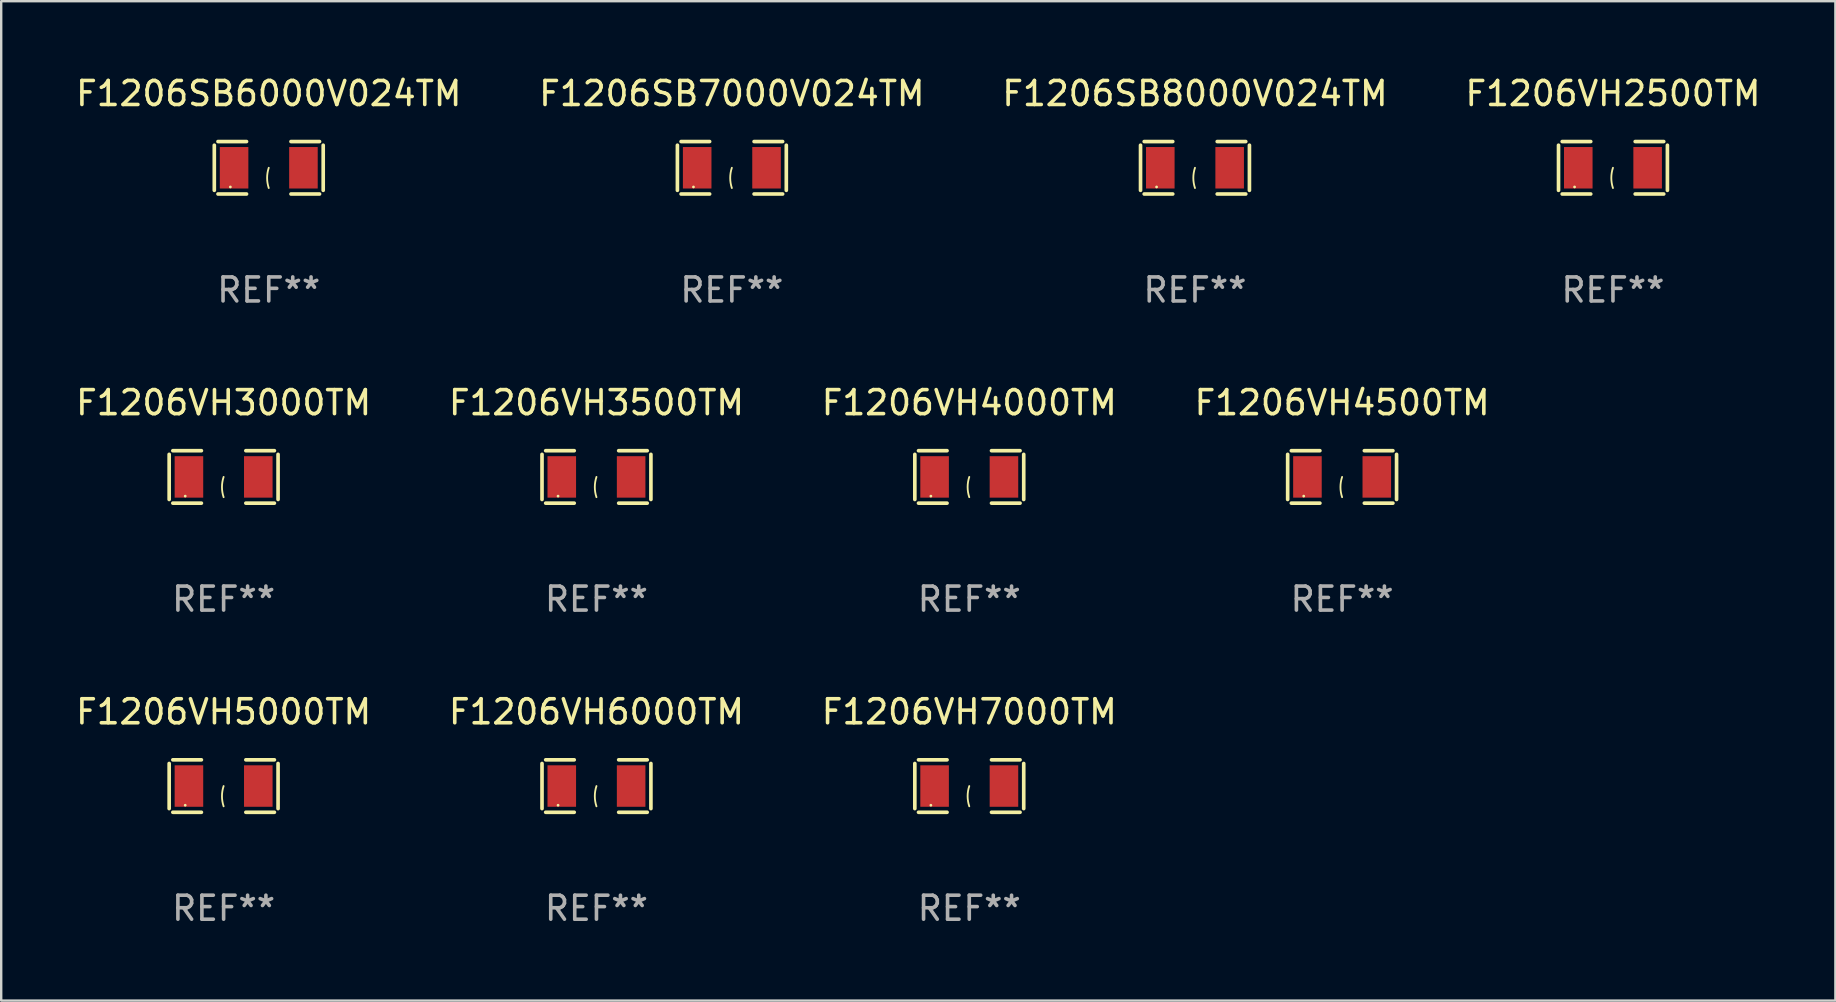
<source format=kicad_pcb>
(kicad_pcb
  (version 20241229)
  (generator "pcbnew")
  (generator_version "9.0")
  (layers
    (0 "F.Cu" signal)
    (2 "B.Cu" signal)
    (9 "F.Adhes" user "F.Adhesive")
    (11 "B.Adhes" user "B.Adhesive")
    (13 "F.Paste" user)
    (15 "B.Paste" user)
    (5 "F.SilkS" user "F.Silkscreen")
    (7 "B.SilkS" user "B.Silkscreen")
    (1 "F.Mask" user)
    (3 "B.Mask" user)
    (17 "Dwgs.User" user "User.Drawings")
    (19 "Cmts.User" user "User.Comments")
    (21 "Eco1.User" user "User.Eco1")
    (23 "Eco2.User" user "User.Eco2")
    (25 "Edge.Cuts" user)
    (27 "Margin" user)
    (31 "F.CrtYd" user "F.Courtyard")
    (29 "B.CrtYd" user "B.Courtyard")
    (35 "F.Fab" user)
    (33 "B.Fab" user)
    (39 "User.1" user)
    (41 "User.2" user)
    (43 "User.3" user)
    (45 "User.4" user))
  (footprint "F1206VH3500TM"
    (layer "F.Cu")
    (at 21.804 16.823)
    (property "Reference" "F1206VH3500TM" (at 0 -3.093 0) (layer "F.SilkS") (effects (font (size 1 1) (thickness 0.15))))
    (attr through_hole)
    (fp_line (start -2.269 -0.94) (end -2.269 0.94) (stroke (width 0.152) (type solid)) (layer "F.SilkS"))
    (fp_line (start -2.116 1.093) (end -0.926 1.093) (stroke (width 0.152) (type solid)) (layer "F.SilkS"))
    (fp_line (start -0.926 -1.093) (end -2.116 -1.093) (stroke (width 0.152) (type solid)) (layer "F.SilkS"))
    (fp_line (start 0.926 -1.093) (end 2.116 -1.093) (stroke (width 0.152) (type solid)) (layer "F.SilkS"))
    (fp_line (start 2.116 1.093) (end 0.926 1.093) (stroke (width 0.152) (type solid)) (layer "F.SilkS"))
    (fp_line (start 2.269 -0.94) (end 2.269 0.94) (stroke (width 0.152) (type solid)) (layer "F.SilkS"))
    (fp_arc (start 0 0.844951) (mid -0.068559 0.422475) (end 0 0) (stroke (width 0.0762) (type solid)) (layer "F.SilkS"))
    (fp_circle (center -1.6 0.8) (end -1.57 0.8) (stroke (width 0.06) (type solid)) (fill no) (layer "F.SilkS"))
    (fp_text user "REF**" (at 0 5.093 0) (layer "F.Fab") (effects (font (size 1 1) (thickness 0.15))))
    (pad "1" smd rect (at -1.445 0) (size 1.19 1.728) (layers "F.Cu" "F.Mask" "F.Paste"))
    (pad "2" smd rect (at 1.445 0) (size 1.19 1.728) (layers "F.Cu" "F.Mask" "F.Paste")))
  (footprint "F1206VH4000TM"
    (layer "F.Cu")
    (at 37.339 16.823)
    (property "Reference" "F1206VH4000TM" (at 0 -3.093 0) (layer "F.SilkS") (effects (font (size 1 1) (thickness 0.15))))
    (attr through_hole)
    (fp_line (start -2.269 -0.94) (end -2.269 0.94) (stroke (width 0.152) (type solid)) (layer "F.SilkS"))
    (fp_line (start -2.116 1.093) (end -0.926 1.093) (stroke (width 0.152) (type solid)) (layer "F.SilkS"))
    (fp_line (start -0.926 -1.093) (end -2.116 -1.093) (stroke (width 0.152) (type solid)) (layer "F.SilkS"))
    (fp_line (start 0.926 -1.093) (end 2.116 -1.093) (stroke (width 0.152) (type solid)) (layer "F.SilkS"))
    (fp_line (start 2.116 1.093) (end 0.926 1.093) (stroke (width 0.152) (type solid)) (layer "F.SilkS"))
    (fp_line (start 2.269 -0.94) (end 2.269 0.94) (stroke (width 0.152) (type solid)) (layer "F.SilkS"))
    (fp_arc (start 0 0.844951) (mid -0.068559 0.422475) (end 0 0) (stroke (width 0.0762) (type solid)) (layer "F.SilkS"))
    (fp_circle (center -1.6 0.8) (end -1.57 0.8) (stroke (width 0.06) (type solid)) (fill no) (layer "F.SilkS"))
    (fp_text user "REF**" (at 0 5.093 0) (layer "F.Fab") (effects (font (size 1 1) (thickness 0.15))))
    (pad "1" smd rect (at -1.445 0) (size 1.19 1.728) (layers "F.Cu" "F.Mask" "F.Paste"))
    (pad "2" smd rect (at 1.445 0) (size 1.19 1.728) (layers "F.Cu" "F.Mask" "F.Paste")))
  (footprint "F1206VH6000TM"
    (layer "F.Cu")
    (at 21.804 29.704)
    (property "Reference" "F1206VH6000TM" (at 0 -3.093 0) (layer "F.SilkS") (effects (font (size 1 1) (thickness 0.15))))
    (attr through_hole)
    (fp_line (start -2.269 -0.94) (end -2.269 0.94) (stroke (width 0.152) (type solid)) (layer "F.SilkS"))
    (fp_line (start -2.116 1.093) (end -0.926 1.093) (stroke (width 0.152) (type solid)) (layer "F.SilkS"))
    (fp_line (start -0.926 -1.093) (end -2.116 -1.093) (stroke (width 0.152) (type solid)) (layer "F.SilkS"))
    (fp_line (start 0.926 -1.093) (end 2.116 -1.093) (stroke (width 0.152) (type solid)) (layer "F.SilkS"))
    (fp_line (start 2.116 1.093) (end 0.926 1.093) (stroke (width 0.152) (type solid)) (layer "F.SilkS"))
    (fp_line (start 2.269 -0.94) (end 2.269 0.94) (stroke (width 0.152) (type solid)) (layer "F.SilkS"))
    (fp_arc (start 0 0.844951) (mid -0.068559 0.422475) (end 0 0) (stroke (width 0.0762) (type solid)) (layer "F.SilkS"))
    (fp_circle (center -1.6 0.8) (end -1.57 0.8) (stroke (width 0.06) (type solid)) (fill no) (layer "F.SilkS"))
    (fp_text user "REF**" (at 0 5.093 0) (layer "F.Fab") (effects (font (size 1 1) (thickness 0.15))))
    (pad "1" smd rect (at -1.445 0) (size 1.19 1.728) (layers "F.Cu" "F.Mask" "F.Paste"))
    (pad "2" smd rect (at 1.445 0) (size 1.19 1.728) (layers "F.Cu" "F.Mask" "F.Paste")))
  (footprint "F1206VH4500TM"
    (layer "F.Cu")
    (at 52.875 16.823)
    (property "Reference" "F1206VH4500TM" (at 0 -3.093 0) (layer "F.SilkS") (effects (font (size 1 1) (thickness 0.15))))
    (attr through_hole)
    (fp_line (start -2.269 -0.94) (end -2.269 0.94) (stroke (width 0.152) (type solid)) (layer "F.SilkS"))
    (fp_line (start -2.116 1.093) (end -0.926 1.093) (stroke (width 0.152) (type solid)) (layer "F.SilkS"))
    (fp_line (start -0.926 -1.093) (end -2.116 -1.093) (stroke (width 0.152) (type solid)) (layer "F.SilkS"))
    (fp_line (start 0.926 -1.093) (end 2.116 -1.093) (stroke (width 0.152) (type solid)) (layer "F.SilkS"))
    (fp_line (start 2.116 1.093) (end 0.926 1.093) (stroke (width 0.152) (type solid)) (layer "F.SilkS"))
    (fp_line (start 2.269 -0.94) (end 2.269 0.94) (stroke (width 0.152) (type solid)) (layer "F.SilkS"))
    (fp_arc (start 0 0.844951) (mid -0.068559 0.422475) (end 0 0) (stroke (width 0.0762) (type solid)) (layer "F.SilkS"))
    (fp_circle (center -1.6 0.8) (end -1.57 0.8) (stroke (width 0.06) (type solid)) (fill no) (layer "F.SilkS"))
    (fp_text user "REF**" (at 0 5.093 0) (layer "F.Fab") (effects (font (size 1 1) (thickness 0.15))))
    (pad "1" smd rect (at -1.445 0) (size 1.19 1.728) (layers "F.Cu" "F.Mask" "F.Paste"))
    (pad "2" smd rect (at 1.445 0) (size 1.19 1.728) (layers "F.Cu" "F.Mask" "F.Paste")))
  (footprint "F1206VH5000TM"
    (layer "F.Cu")
    (at 6.268 29.704)
    (property "Reference" "F1206VH5000TM" (at 0 -3.093 0) (layer "F.SilkS") (effects (font (size 1 1) (thickness 0.15))))
    (attr through_hole)
    (fp_line (start -2.269 -0.94) (end -2.269 0.94) (stroke (width 0.152) (type solid)) (layer "F.SilkS"))
    (fp_line (start -2.116 1.093) (end -0.926 1.093) (stroke (width 0.152) (type solid)) (layer "F.SilkS"))
    (fp_line (start -0.926 -1.093) (end -2.116 -1.093) (stroke (width 0.152) (type solid)) (layer "F.SilkS"))
    (fp_line (start 0.926 -1.093) (end 2.116 -1.093) (stroke (width 0.152) (type solid)) (layer "F.SilkS"))
    (fp_line (start 2.116 1.093) (end 0.926 1.093) (stroke (width 0.152) (type solid)) (layer "F.SilkS"))
    (fp_line (start 2.269 -0.94) (end 2.269 0.94) (stroke (width 0.152) (type solid)) (layer "F.SilkS"))
    (fp_arc (start 0 0.844951) (mid -0.068559 0.422475) (end 0 0) (stroke (width 0.0762) (type solid)) (layer "F.SilkS"))
    (fp_circle (center -1.6 0.8) (end -1.57 0.8) (stroke (width 0.06) (type solid)) (fill no) (layer "F.SilkS"))
    (fp_text user "REF**" (at 0 5.093 0) (layer "F.Fab") (effects (font (size 1 1) (thickness 0.15))))
    (pad "1" smd rect (at -1.445 0) (size 1.19 1.728) (layers "F.Cu" "F.Mask" "F.Paste"))
    (pad "2" smd rect (at 1.445 0) (size 1.19 1.728) (layers "F.Cu" "F.Mask" "F.Paste")))
  (footprint "F1206SB8000V024TM"
    (layer "F.Cu")
    (at 46.744 3.941)
    (property "Reference" "F1206SB8000V024TM" (at 0 -3.093 0) (layer "F.SilkS") (effects (font (size 1 1) (thickness 0.15))))
    (attr through_hole)
    (fp_line (start -2.269 -0.94) (end -2.269 0.94) (stroke (width 0.152) (type solid)) (layer "F.SilkS"))
    (fp_line (start -2.116 1.093) (end -0.926 1.093) (stroke (width 0.152) (type solid)) (layer "F.SilkS"))
    (fp_line (start -0.926 -1.093) (end -2.116 -1.093) (stroke (width 0.152) (type solid)) (layer "F.SilkS"))
    (fp_line (start 0.926 -1.093) (end 2.116 -1.093) (stroke (width 0.152) (type solid)) (layer "F.SilkS"))
    (fp_line (start 2.116 1.093) (end 0.926 1.093) (stroke (width 0.152) (type solid)) (layer "F.SilkS"))
    (fp_line (start 2.269 -0.94) (end 2.269 0.94) (stroke (width 0.152) (type solid)) (layer "F.SilkS"))
    (fp_arc (start 0 0.844951) (mid -0.068559 0.422475) (end 0 0) (stroke (width 0.0762) (type solid)) (layer "F.SilkS"))
    (fp_circle (center -1.6 0.8) (end -1.57 0.8) (stroke (width 0.06) (type solid)) (fill no) (layer "F.SilkS"))
    (fp_text user "REF**" (at 0 5.093 0) (layer "F.Fab") (effects (font (size 1 1) (thickness 0.15))))
    (pad "1" smd rect (at -1.445 0) (size 1.19 1.728) (layers "F.Cu" "F.Mask" "F.Paste"))
    (pad "2" smd rect (at 1.445 0) (size 1.19 1.728) (layers "F.Cu" "F.Mask" "F.Paste")))
  (footprint "F1206VH3000TM"
    (layer "F.Cu")
    (at 6.268 16.823)
    (property "Reference" "F1206VH3000TM" (at 0 -3.093 0) (layer "F.SilkS") (effects (font (size 1 1) (thickness 0.15))))
    (attr through_hole)
    (fp_line (start -2.269 -0.94) (end -2.269 0.94) (stroke (width 0.152) (type solid)) (layer "F.SilkS"))
    (fp_line (start -2.116 1.093) (end -0.926 1.093) (stroke (width 0.152) (type solid)) (layer "F.SilkS"))
    (fp_line (start -0.926 -1.093) (end -2.116 -1.093) (stroke (width 0.152) (type solid)) (layer "F.SilkS"))
    (fp_line (start 0.926 -1.093) (end 2.116 -1.093) (stroke (width 0.152) (type solid)) (layer "F.SilkS"))
    (fp_line (start 2.116 1.093) (end 0.926 1.093) (stroke (width 0.152) (type solid)) (layer "F.SilkS"))
    (fp_line (start 2.269 -0.94) (end 2.269 0.94) (stroke (width 0.152) (type solid)) (layer "F.SilkS"))
    (fp_arc (start 0 0.844951) (mid -0.068559 0.422475) (end 0 0) (stroke (width 0.0762) (type solid)) (layer "F.SilkS"))
    (fp_circle (center -1.6 0.8) (end -1.57 0.8) (stroke (width 0.06) (type solid)) (fill no) (layer "F.SilkS"))
    (fp_text user "REF**" (at 0 5.093 0) (layer "F.Fab") (effects (font (size 1 1) (thickness 0.15))))
    (pad "1" smd rect (at -1.445 0) (size 1.19 1.728) (layers "F.Cu" "F.Mask" "F.Paste"))
    (pad "2" smd rect (at 1.445 0) (size 1.19 1.728) (layers "F.Cu" "F.Mask" "F.Paste")))
  (footprint "F1206SB7000V024TM"
    (layer "F.Cu")
    (at 27.446 3.941)
    (property "Reference" "F1206SB7000V024TM" (at 0 -3.093 0) (layer "F.SilkS") (effects (font (size 1 1) (thickness 0.15))))
    (attr through_hole)
    (fp_line (start -2.269 -0.94) (end -2.269 0.94) (stroke (width 0.152) (type solid)) (layer "F.SilkS"))
    (fp_line (start -2.116 1.093) (end -0.926 1.093) (stroke (width 0.152) (type solid)) (layer "F.SilkS"))
    (fp_line (start -0.926 -1.093) (end -2.116 -1.093) (stroke (width 0.152) (type solid)) (layer "F.SilkS"))
    (fp_line (start 0.926 -1.093) (end 2.116 -1.093) (stroke (width 0.152) (type solid)) (layer "F.SilkS"))
    (fp_line (start 2.116 1.093) (end 0.926 1.093) (stroke (width 0.152) (type solid)) (layer "F.SilkS"))
    (fp_line (start 2.269 -0.94) (end 2.269 0.94) (stroke (width 0.152) (type solid)) (layer "F.SilkS"))
    (fp_arc (start 0 0.844951) (mid -0.068559 0.422475) (end 0 0) (stroke (width 0.0762) (type solid)) (layer "F.SilkS"))
    (fp_circle (center -1.6 0.8) (end -1.57 0.8) (stroke (width 0.06) (type solid)) (fill no) (layer "F.SilkS"))
    (fp_text user "REF**" (at 0 5.093 0) (layer "F.Fab") (effects (font (size 1 1) (thickness 0.15))))
    (pad "1" smd rect (at -1.445 0) (size 1.19 1.728) (layers "F.Cu" "F.Mask" "F.Paste"))
    (pad "2" smd rect (at 1.445 0) (size 1.19 1.728) (layers "F.Cu" "F.Mask" "F.Paste")))
  (footprint "F1206VH7000TM"
    (layer "F.Cu")
    (at 37.339 29.704)
    (property "Reference" "F1206VH7000TM" (at 0 -3.093 0) (layer "F.SilkS") (effects (font (size 1 1) (thickness 0.15))))
    (attr through_hole)
    (fp_line (start -2.269 -0.94) (end -2.269 0.94) (stroke (width 0.152) (type solid)) (layer "F.SilkS"))
    (fp_line (start -2.116 1.093) (end -0.926 1.093) (stroke (width 0.152) (type solid)) (layer "F.SilkS"))
    (fp_line (start -0.926 -1.093) (end -2.116 -1.093) (stroke (width 0.152) (type solid)) (layer "F.SilkS"))
    (fp_line (start 0.926 -1.093) (end 2.116 -1.093) (stroke (width 0.152) (type solid)) (layer "F.SilkS"))
    (fp_line (start 2.116 1.093) (end 0.926 1.093) (stroke (width 0.152) (type solid)) (layer "F.SilkS"))
    (fp_line (start 2.269 -0.94) (end 2.269 0.94) (stroke (width 0.152) (type solid)) (layer "F.SilkS"))
    (fp_arc (start 0 0.844951) (mid -0.068559 0.422475) (end 0 0) (stroke (width 0.0762) (type solid)) (layer "F.SilkS"))
    (fp_circle (center -1.6 0.8) (end -1.57 0.8) (stroke (width 0.06) (type solid)) (fill no) (layer "F.SilkS"))
    (fp_text user "REF**" (at 0 5.093 0) (layer "F.Fab") (effects (font (size 1 1) (thickness 0.15))))
    (pad "1" smd rect (at -1.445 0) (size 1.19 1.728) (layers "F.Cu" "F.Mask" "F.Paste"))
    (pad "2" smd rect (at 1.445 0) (size 1.19 1.728) (layers "F.Cu" "F.Mask" "F.Paste")))
  (footprint "F1206SB6000V024TM"
    (layer "F.Cu")
    (at 8.149 3.941)
    (property "Reference" "F1206SB6000V024TM" (at 0 -3.093 0) (layer "F.SilkS") (effects (font (size 1 1) (thickness 0.15))))
    (attr through_hole)
    (fp_line (start -2.269 -0.94) (end -2.269 0.94) (stroke (width 0.152) (type solid)) (layer "F.SilkS"))
    (fp_line (start -2.116 1.093) (end -0.926 1.093) (stroke (width 0.152) (type solid)) (layer "F.SilkS"))
    (fp_line (start -0.926 -1.093) (end -2.116 -1.093) (stroke (width 0.152) (type solid)) (layer "F.SilkS"))
    (fp_line (start 0.926 -1.093) (end 2.116 -1.093) (stroke (width 0.152) (type solid)) (layer "F.SilkS"))
    (fp_line (start 2.116 1.093) (end 0.926 1.093) (stroke (width 0.152) (type solid)) (layer "F.SilkS"))
    (fp_line (start 2.269 -0.94) (end 2.269 0.94) (stroke (width 0.152) (type solid)) (layer "F.SilkS"))
    (fp_arc (start 0 0.844951) (mid -0.068559 0.422475) (end 0 0) (stroke (width 0.0762) (type solid)) (layer "F.SilkS"))
    (fp_circle (center -1.6 0.8) (end -1.57 0.8) (stroke (width 0.06) (type solid)) (fill no) (layer "F.SilkS"))
    (fp_text user "REF**" (at 0 5.093 0) (layer "F.Fab") (effects (font (size 1 1) (thickness 0.15))))
    (pad "1" smd rect (at -1.445 0) (size 1.19 1.728) (layers "F.Cu" "F.Mask" "F.Paste"))
    (pad "2" smd rect (at 1.445 0) (size 1.19 1.728) (layers "F.Cu" "F.Mask" "F.Paste")))
  (footprint "F1206VH2500TM"
    (layer "F.Cu")
    (at 64.161 3.941)
    (property "Reference" "F1206VH2500TM" (at 0 -3.093 0) (layer "F.SilkS") (effects (font (size 1 1) (thickness 0.15))))
    (attr through_hole)
    (fp_line (start -2.269 -0.94) (end -2.269 0.94) (stroke (width 0.152) (type solid)) (layer "F.SilkS"))
    (fp_line (start -2.116 1.093) (end -0.926 1.093) (stroke (width 0.152) (type solid)) (layer "F.SilkS"))
    (fp_line (start -0.926 -1.093) (end -2.116 -1.093) (stroke (width 0.152) (type solid)) (layer "F.SilkS"))
    (fp_line (start 0.926 -1.093) (end 2.116 -1.093) (stroke (width 0.152) (type solid)) (layer "F.SilkS"))
    (fp_line (start 2.116 1.093) (end 0.926 1.093) (stroke (width 0.152) (type solid)) (layer "F.SilkS"))
    (fp_line (start 2.269 -0.94) (end 2.269 0.94) (stroke (width 0.152) (type solid)) (layer "F.SilkS"))
    (fp_arc (start 0 0.844951) (mid -0.068559 0.422475) (end 0 0) (stroke (width 0.0762) (type solid)) (layer "F.SilkS"))
    (fp_circle (center -1.6 0.8) (end -1.57 0.8) (stroke (width 0.06) (type solid)) (fill no) (layer "F.SilkS"))
    (fp_text user "REF**" (at 0 5.093 0) (layer "F.Fab") (effects (font (size 1 1) (thickness 0.15))))
    (pad "1" smd rect (at -1.445 0) (size 1.19 1.728) (layers "F.Cu" "F.Mask" "F.Paste"))
    (pad "2" smd rect (at 1.445 0) (size 1.19 1.728) (layers "F.Cu" "F.Mask" "F.Paste")))
  (gr_rect
    (start -3 -3)
    (end 73.429 38.645)
    (stroke (width 0.1) (type default))
    (fill no)
    (layer "Edge.Cuts")))
</source>
